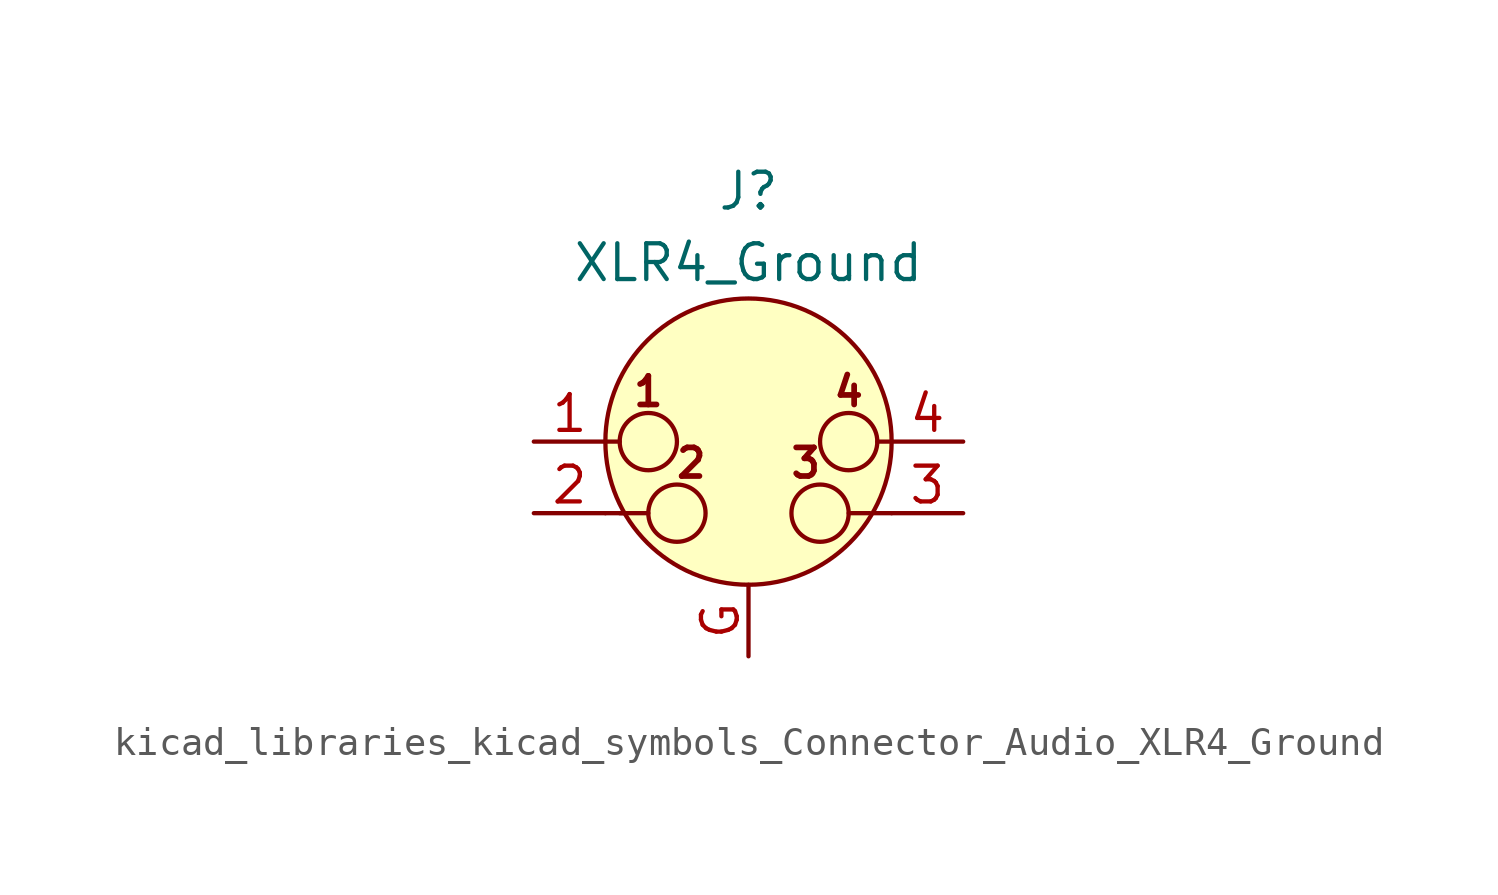
<source format=kicad_sym>
(kicad_symbol_lib
  (version 20220914)
  (generator kicad_symbol_editor)
  (symbol "kicad_libraries_kicad_symbols_Connector_Audio_XLR4_Ground"
    (pin_names hide)
    (property "Reference" "J"
      (at 0 8.89 0)
      (effects (font (size 1.27 1.27))))
    (property "Value" "XLR4_Ground"
      (at 0 6.35 0)
      (effects (font (size 1.27 1.27))))
    (symbol "kicad_libraries_kicad_symbols_Connector_Audio_XLR4_Ground_0_1"
      (circle (center -3.556 0) (radius 1.016) (stroke (width 0) (type default)) (fill (type none)))
      (circle (center -2.54 -2.54) (radius 1.016) (stroke (width 0) (type default)) (fill (type none)))
      (polyline (pts (xy -5.08 -2.54) (xy -4.445 -2.54)) (stroke (width 0) (type default)) (fill (type none)))
      (polyline (pts (xy -5.08 0) (xy -4.572 0)) (stroke (width 0) (type default)) (fill (type none)))
      (polyline (pts (xy -4.572 -2.54) (xy -3.556 -2.54)) (stroke (width 0) (type default)) (fill (type none)))
      (polyline (pts (xy 4.318 -2.54) (xy 3.556 -2.54)) (stroke (width 0) (type default)) (fill (type none)))
      (polyline (pts (xy 5.08 -2.54) (xy 4.445 -2.54)) (stroke (width 0) (type default)) (fill (type none)))
      (polyline (pts (xy 5.08 0) (xy 4.572 0)) (stroke (width 0) (type default)) (fill (type none)))
      (circle (center 0 0) (radius 5.08) (stroke (width 0) (type default)) (fill (type background)))
      (circle (center 2.54 -2.54) (radius 1.016) (stroke (width 0) (type default)) (fill (type none)))
      (circle (center 3.556 0) (radius 1.016) (stroke (width 0) (type default)) (fill (type none)))
      (text "1" (at -3.556 1.778 0) (effects (font (size 1.016 1.016) bold)))
      (text "2" (at -2.032 -0.762 0) (effects (font (size 1.016 1.016) bold)))
      (text "3" (at 2.032 -0.762 0) (effects (font (size 1.016 1.016) bold)))
      (text "4" (at 3.556 1.778 0) (effects (font (size 1.016 1.016) bold))))
    (symbol "kicad_libraries_kicad_symbols_Connector_Audio_XLR4_Ground_1_1"
      (pin passive line (at -7.62 0 0) (length 2.54) (name "~" (effects (font (size 1.27 1.27)))) (number "1" (effects (font (size 1.27 1.27)))))
      (pin passive line (at -7.62 -2.54 0) (length 2.54) (name "~" (effects (font (size 1.27 1.27)))) (number "2" (effects (font (size 1.27 1.27)))))
      (pin passive line (at 7.62 -2.54 180) (length 2.54) (name "~" (effects (font (size 1.27 1.27)))) (number "3" (effects (font (size 1.27 1.27)))))
      (pin passive line (at 7.62 0 180) (length 2.54) (name "~" (effects (font (size 1.27 1.27)))) (number "4" (effects (font (size 1.27 1.27)))))
      (pin passive line (at 0 -7.62 90) (length 2.54) (name "~" (effects (font (size 1.27 1.27)))) (number "G" (effects (font (size 1.27 1.27))))))))
</source>
